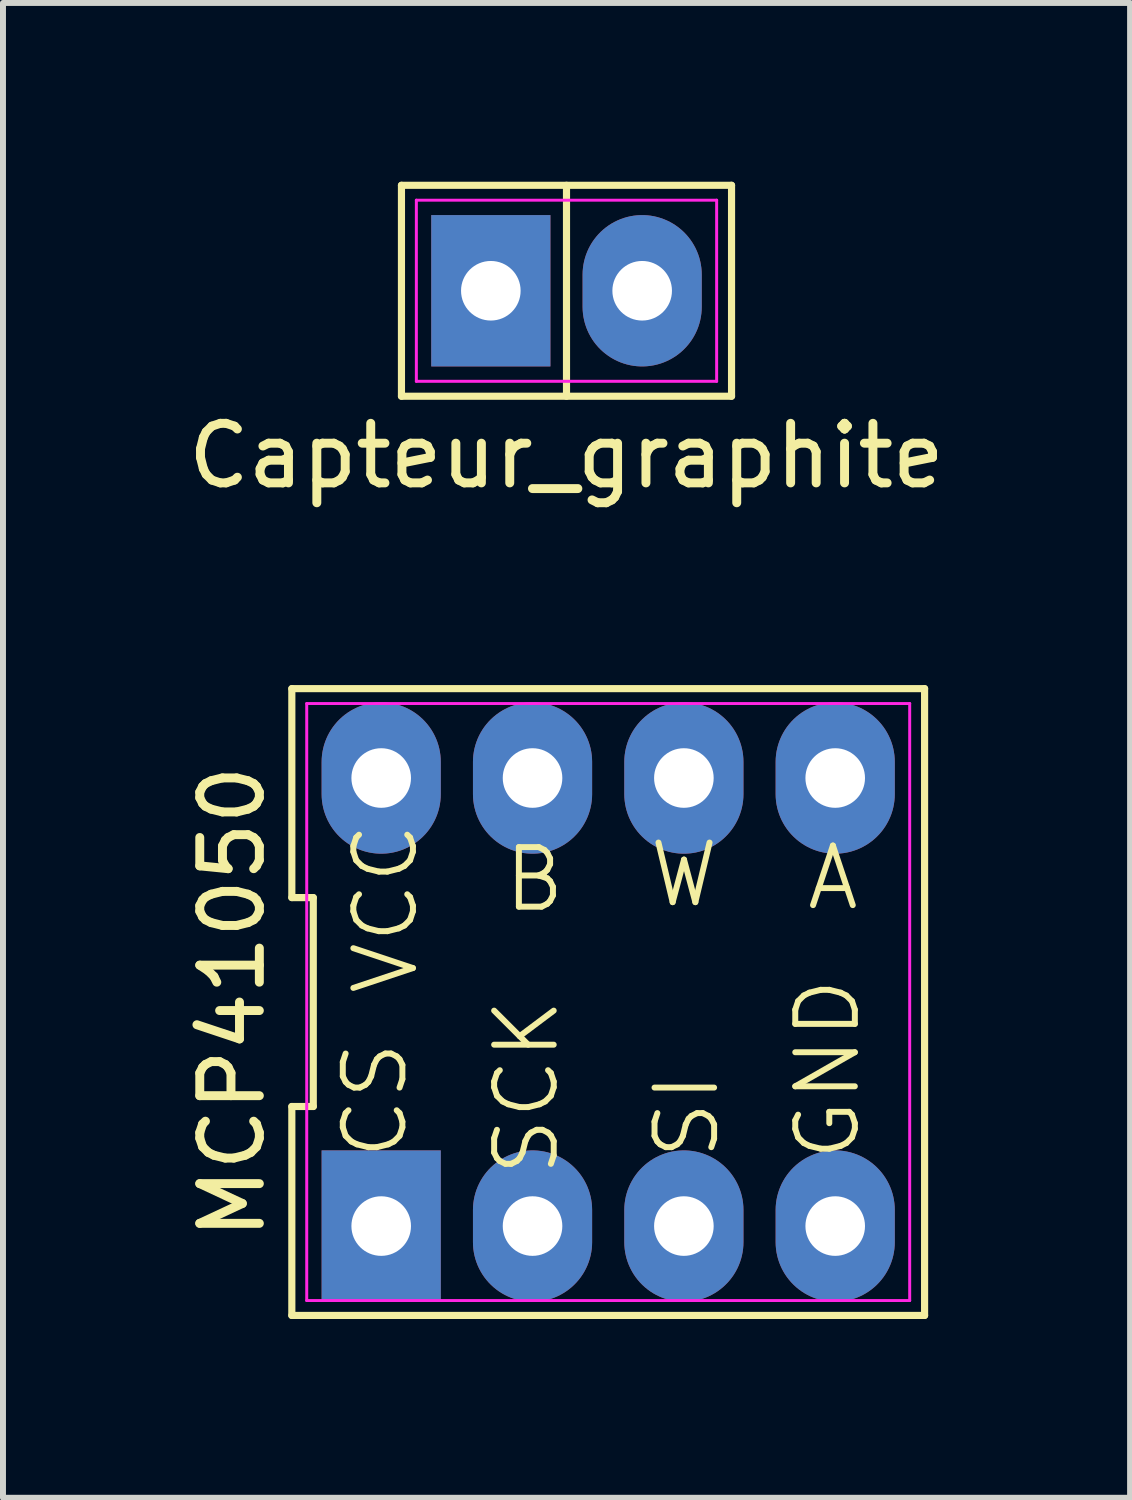
<source format=kicad_pcb>
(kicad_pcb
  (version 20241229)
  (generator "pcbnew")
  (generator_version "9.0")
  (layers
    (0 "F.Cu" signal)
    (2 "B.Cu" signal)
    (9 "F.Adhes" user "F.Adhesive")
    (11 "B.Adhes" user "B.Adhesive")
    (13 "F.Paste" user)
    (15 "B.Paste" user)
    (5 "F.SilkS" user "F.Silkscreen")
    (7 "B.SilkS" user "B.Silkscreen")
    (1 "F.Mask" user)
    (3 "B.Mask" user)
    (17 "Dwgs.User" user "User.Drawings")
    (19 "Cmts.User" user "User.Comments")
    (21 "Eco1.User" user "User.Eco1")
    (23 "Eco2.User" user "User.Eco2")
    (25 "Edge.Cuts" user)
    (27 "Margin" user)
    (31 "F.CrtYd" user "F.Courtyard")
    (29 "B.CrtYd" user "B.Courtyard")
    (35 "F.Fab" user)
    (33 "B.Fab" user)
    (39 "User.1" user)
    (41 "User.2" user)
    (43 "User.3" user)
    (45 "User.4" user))
  (footprint "MCP41050"
    (layer "F.Cu")
    (at 7.158 13.768)
    (property "Reference" "MCP41050" (at -6.31 0 90) (layer "F.SilkS") (effects (font (size 1 1) (thickness 0.15))))
    (attr through_hole)
    (fp_line (start -5.31 -5.26) (end -5.31 -1.753) (stroke (width 0.12) (type default)) (layer "F.SilkS"))
    (fp_line (start -5.31 -1.753) (end -4.95 -1.753) (stroke (width 0.12) (type default)) (layer "F.SilkS"))
    (fp_line (start -5.31 1.753) (end -5.31 5.26) (stroke (width 0.12) (type default)) (layer "F.SilkS"))
    (fp_line (start -5.31 5.26) (end 5.31 5.26) (stroke (width 0.12) (type default)) (layer "F.SilkS"))
    (fp_line (start -4.95 -1.753) (end -4.95 1.753) (stroke (width 0.12) (type default)) (layer "F.SilkS"))
    (fp_line (start -4.95 1.753) (end -5.31 1.753) (stroke (width 0.12) (type default)) (layer "F.SilkS"))
    (fp_line (start 5.31 -5.26) (end -5.31 -5.26) (stroke (width 0.12) (type default)) (layer "F.SilkS"))
    (fp_line (start 5.31 5.26) (end 5.31 -5.26) (stroke (width 0.12) (type default)) (layer "F.SilkS"))
    (fp_line (start -5.06 -5.01) (end 5.06 -5.01) (stroke (width 0.05) (type default)) (layer "F.CrtYd"))
    (fp_line (start -5.06 5.01) (end -5.06 -5.01) (stroke (width 0.05) (type default)) (layer "F.CrtYd"))
    (fp_line (start 5.06 -5.01) (end 5.06 5.01) (stroke (width 0.05) (type default)) (layer "F.CrtYd"))
    (fp_line (start 5.06 5.01) (end -5.06 5.01) (stroke (width 0.05) (type default)) (layer "F.CrtYd"))
    (fp_text user "A" (at 3.277 -1.499 0) (unlocked yes) (layer "F.SilkS") (effects (font (size 1 1) (thickness 0.1)) (justify left bottom)))
    (fp_text user "CS" (at -3.327 2.692 90) (unlocked yes) (layer "F.SilkS") (effects (font (size 1 1) (thickness 0.1)) (justify left bottom)))
    (fp_text user "SI" (at 1.905 2.692 90) (unlocked yes) (layer "F.SilkS") (effects (font (size 1 1) (thickness 0.1)) (justify left bottom)))
    (fp_text user "W" (at 0.635 -1.549 0) (unlocked yes) (layer "F.SilkS") (effects (font (size 1 1) (thickness 0.1)) (justify left bottom)))
    (fp_text user "VCC" (at -3.15 -0.076 90) (unlocked yes) (layer "F.SilkS") (effects (font (size 1 1) (thickness 0.1)) (justify left bottom)))
    (fp_text user "SCK" (at -0.787 2.972 90) (unlocked yes) (layer "F.SilkS") (effects (font (size 1 1) (thickness 0.1)) (justify left bottom)))
    (fp_text user "B" (at -1.803 -1.473 0) (unlocked yes) (layer "F.SilkS") (effects (font (size 1 1) (thickness 0.1)) (justify left bottom)))
    (fp_text user "GND" (at 4.267 2.718 90) (unlocked yes) (layer "F.SilkS") (effects (font (size 1 1) (thickness 0.1)) (justify left bottom)))
    (pad "1" thru_hole rect (at -3.81 3.76) (size 2 2.54) (drill 1) (layers "*.Cu" "*.Mask"))
    (pad "2" thru_hole oval (at -1.27 3.76) (size 2 2.54) (drill 1) (layers "*.Cu" "*.Mask"))
    (pad "3" thru_hole oval (at 1.27 3.76) (size 2 2.54) (drill 1) (layers "*.Cu" "*.Mask"))
    (pad "4" thru_hole oval (at 3.81 3.76) (size 2 2.54) (drill 1) (layers "*.Cu" "*.Mask"))
    (pad "5" thru_hole oval (at 3.81 -3.76) (size 2 2.54) (drill 1) (layers "*.Cu" "*.Mask"))
    (pad "6" thru_hole oval (at 1.27 -3.76) (size 2 2.54) (drill 1) (layers "*.Cu" "*.Mask"))
    (pad "7" thru_hole oval (at -1.27 -3.76) (size 2 2.54) (drill 1) (layers "*.Cu" "*.Mask"))
    (pad "8" thru_hole oval (at -3.81 -3.76) (size 2 2.54) (drill 1) (layers "*.Cu" "*.Mask")))
  (footprint "Capteur_graphite"
    (layer "F.Cu")
    (at 6.458 1.83)
    (property "Reference" "Capteur_graphite" (at 0 2.77 0) (layer "F.SilkS") (effects (font (size 1 1) (thickness 0.15))))
    (attr through_hole)
    (fp_line (start -2.77 -1.77) (end 2.77 -1.77) (stroke (width 0.12) (type default)) (layer "F.SilkS"))
    (fp_line (start -2.77 1.77) (end -2.77 -1.77) (stroke (width 0.12) (type default)) (layer "F.SilkS"))
    (fp_line (start 0 -1.77) (end 0 1.77) (stroke (width 0.12) (type default)) (layer "F.SilkS"))
    (fp_line (start 2.77 -1.77) (end 2.77 1.77) (stroke (width 0.12) (type default)) (layer "F.SilkS"))
    (fp_line (start 2.77 1.77) (end -2.77 1.77) (stroke (width 0.12) (type default)) (layer "F.SilkS"))
    (fp_line (start -2.52 -1.52) (end 2.52 -1.52) (stroke (width 0.05) (type default)) (layer "F.CrtYd"))
    (fp_line (start -2.52 1.52) (end -2.52 -1.52) (stroke (width 0.05) (type default)) (layer "F.CrtYd"))
    (fp_line (start 2.52 -1.52) (end 2.52 1.52) (stroke (width 0.05) (type default)) (layer "F.CrtYd"))
    (fp_line (start 2.52 1.52) (end -2.52 1.52) (stroke (width 0.05) (type default)) (layer "F.CrtYd"))
    (pad "1" thru_hole rect (at -1.27 0) (size 2 2.54) (drill 1) (layers "*.Cu" "*.Mask"))
    (pad "2" thru_hole oval (at 1.27 0) (size 2 2.54) (drill 1) (layers "*.Cu" "*.Mask")))
  (gr_rect
    (start -3 -3)
    (end 15.917 22.088)
    (stroke (width 0.1) (type default))
    (fill no)
    (layer "Edge.Cuts")))
</source>
